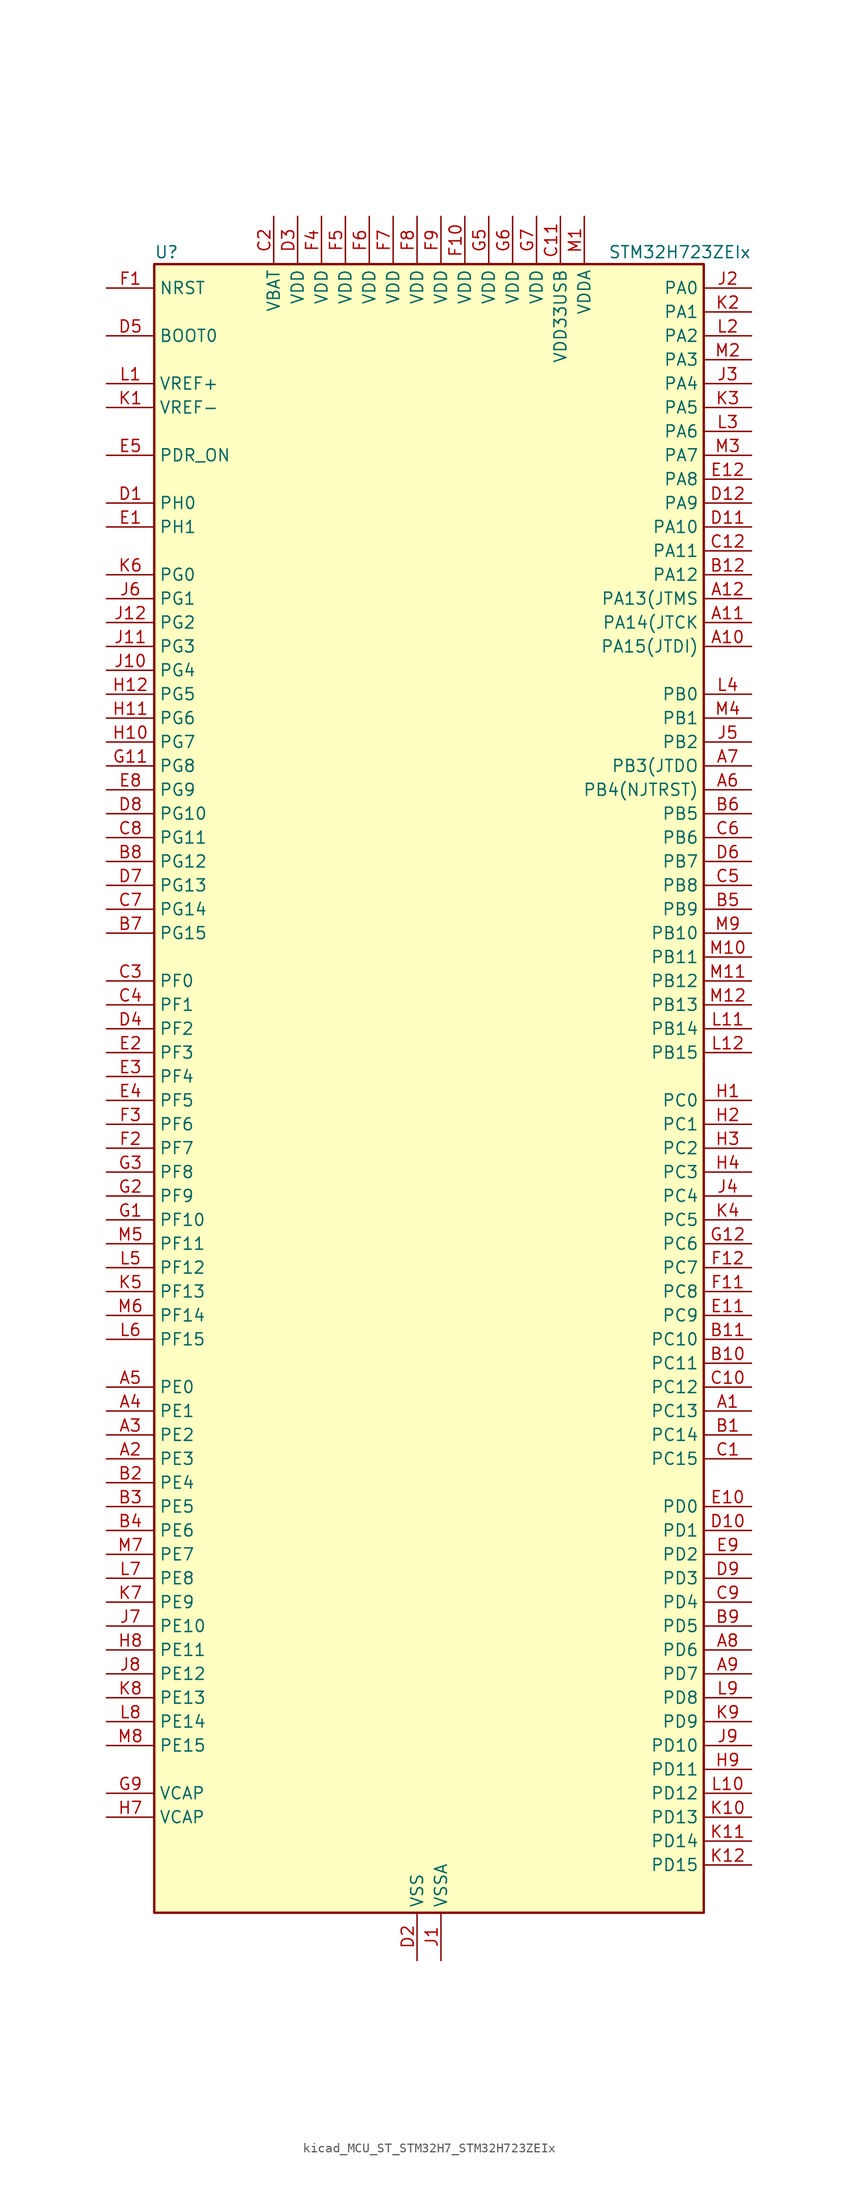
<source format=kicad_sym>
(kicad_symbol_lib
  (version 20220914)
  (generator kicad_symbol_editor)
  (symbol "kicad_MCU_ST_STM32H7_STM32H723ZEIx"
    (property "Reference" "U"
      (at -27.94 90.17 0)
      (effects (font (size 1.27 1.27)) (justify left)))
    (property "Value" "STM32H723ZEIx"
      (at 20.32 90.17 0)
      (effects (font (size 1.27 1.27)) (justify left)))
    (property "ki_locked" ""
      (at 0 0 0)
      (effects (font (size 1.27 1.27))))
    (symbol "kicad_MCU_ST_STM32H7_STM32H723ZEIx_0_1"
      (rectangle (start -27.94 -86.36) (end 30.48 88.9) (stroke (width 0.254) (type default)) (fill (type background))))
    (symbol "kicad_MCU_ST_STM32H7_STM32H723ZEIx_1_1"
      (pin bidirectional line (at 35.56 -33.02 180) (length 5.08) (name "PC13" (effects (font (size 1.27 1.27)))) (number "A1" (effects (font (size 1.27 1.27)))) (alternate "PWR_WKUP4" bidirectional line) (alternate "RTC_OUT_ALARM" bidirectional line) (alternate "RTC_OUT_CALIB" bidirectional line) (alternate "RTC_TAMP1" bidirectional line) (alternate "RTC_TS" bidirectional line))
      (pin bidirectional line (at 35.56 48.26 180) (length 5.08) (name "PA15(JTDI)" (effects (font (size 1.27 1.27)))) (number "A10" (effects (font (size 1.27 1.27)))) (alternate "ADC1_EXTI15" bidirectional line) (alternate "ADC2_EXTI15" bidirectional line) (alternate "ADC3_EXTI15" bidirectional line) (alternate "CEC" bidirectional line) (alternate "DEBUG_JTDI" bidirectional line) (alternate "I2S1_WS" bidirectional line) (alternate "I2S3_WS" bidirectional line) (alternate "I2S6_WS" bidirectional line) (alternate "LTDC_B6" bidirectional line) (alternate "LTDC_R3" bidirectional line) (alternate "SPI1_NSS" bidirectional line) (alternate "SPI3_NSS" bidirectional line) (alternate "SPI6_NSS" bidirectional line) (alternate "TIM2_CH1" bidirectional line) (alternate "TIM2_ETR" bidirectional line) (alternate "UART4_DE" bidirectional line) (alternate "UART4_RTS" bidirectional line) (alternate "UART7_TX" bidirectional line))
      (pin bidirectional line (at 35.56 50.8 180) (length 5.08) (name "PA14(JTCK" (effects (font (size 1.27 1.27)))) (number "A11" (effects (font (size 1.27 1.27)))) (alternate "DEBUG_JTCK-SWCLK" bidirectional line))
      (pin bidirectional line (at 35.56 53.34 180) (length 5.08) (name "PA13(JTMS" (effects (font (size 1.27 1.27)))) (number "A12" (effects (font (size 1.27 1.27)))) (alternate "DEBUG_JTMS-SWDIO" bidirectional line))
      (pin bidirectional line (at -33.02 -38.1 0) (length 5.08) (name "PE3" (effects (font (size 1.27 1.27)))) (number "A2" (effects (font (size 1.27 1.27)))) (alternate "DEBUG_TRACED0" bidirectional line) (alternate "FMC_A19" bidirectional line) (alternate "SAI1_SD_B" bidirectional line) (alternate "SAI4_SD_B" bidirectional line) (alternate "TIM15_BKIN" bidirectional line) (alternate "USART10_TX" bidirectional line))
      (pin bidirectional line (at -33.02 -35.56 0) (length 5.08) (name "PE2" (effects (font (size 1.27 1.27)))) (number "A3" (effects (font (size 1.27 1.27)))) (alternate "DEBUG_TRACECLK" bidirectional line) (alternate "ETH_TXD3" bidirectional line) (alternate "FMC_A23" bidirectional line) (alternate "OCTOSPIM_P1_IO2" bidirectional line) (alternate "SAI1_CK1" bidirectional line) (alternate "SAI1_MCLK_A" bidirectional line) (alternate "SAI4_CK1" bidirectional line) (alternate "SAI4_MCLK_A" bidirectional line) (alternate "SPI4_SCK" bidirectional line) (alternate "USART10_RX" bidirectional line))
      (pin bidirectional line (at -33.02 -33.02 0) (length 5.08) (name "PE1" (effects (font (size 1.27 1.27)))) (number "A4" (effects (font (size 1.27 1.27)))) (alternate "DCMI_D3" bidirectional line) (alternate "FMC_NBL1" bidirectional line) (alternate "LPTIM1_IN2" bidirectional line) (alternate "LTDC_R6" bidirectional line) (alternate "PSSI_D3" bidirectional line) (alternate "UART8_TX" bidirectional line))
      (pin bidirectional line (at -33.02 -30.48 0) (length 5.08) (name "PE0" (effects (font (size 1.27 1.27)))) (number "A5" (effects (font (size 1.27 1.27)))) (alternate "DCMI_D2" bidirectional line) (alternate "FMC_NBL0" bidirectional line) (alternate "LPTIM1_ETR" bidirectional line) (alternate "LPTIM2_ETR" bidirectional line) (alternate "LTDC_R0" bidirectional line) (alternate "PSSI_D2" bidirectional line) (alternate "SAI4_MCLK_A" bidirectional line) (alternate "TIM4_ETR" bidirectional line) (alternate "UART8_RX" bidirectional line))
      (pin bidirectional line (at 35.56 33.02 180) (length 5.08) (name "PB4(NJTRST)" (effects (font (size 1.27 1.27)))) (number "A6" (effects (font (size 1.27 1.27)))) (alternate "DEBUG_JTRST" bidirectional line) (alternate "I2S1_SDI" bidirectional line) (alternate "I2S2_WS" bidirectional line) (alternate "I2S3_SDI" bidirectional line) (alternate "I2S6_SDI" bidirectional line) (alternate "SDMMC2_D3" bidirectional line) (alternate "SPI1_MISO" bidirectional line) (alternate "SPI2_NSS" bidirectional line) (alternate "SPI3_MISO" bidirectional line) (alternate "SPI6_MISO" bidirectional line) (alternate "TIM16_BKIN" bidirectional line) (alternate "TIM3_CH1" bidirectional line) (alternate "UART7_TX" bidirectional line))
      (pin bidirectional line (at 35.56 35.56 180) (length 5.08) (name "PB3(JTDO" (effects (font (size 1.27 1.27)))) (number "A7" (effects (font (size 1.27 1.27)))) (alternate "CRS_SYNC" bidirectional line) (alternate "DEBUG_JTDO-SWO" bidirectional line) (alternate "I2S1_CK" bidirectional line) (alternate "I2S3_CK" bidirectional line) (alternate "I2S6_CK" bidirectional line) (alternate "SDMMC2_D2" bidirectional line) (alternate "SPI1_SCK" bidirectional line) (alternate "SPI3_SCK" bidirectional line) (alternate "SPI6_SCK" bidirectional line) (alternate "TIM24_ETR" bidirectional line) (alternate "TIM2_CH2" bidirectional line) (alternate "UART7_RX" bidirectional line))
      (pin bidirectional line (at 35.56 -58.42 180) (length 5.08) (name "PD6" (effects (font (size 1.27 1.27)))) (number "A8" (effects (font (size 1.27 1.27)))) (alternate "DCMI_D10" bidirectional line) (alternate "DFSDM1_CKIN4" bidirectional line) (alternate "DFSDM1_DATIN1" bidirectional line) (alternate "FMC_NWAIT" bidirectional line) (alternate "I2S3_SDO" bidirectional line) (alternate "LTDC_B2" bidirectional line) (alternate "OCTOSPIM_P1_IO6" bidirectional line) (alternate "PSSI_D10" bidirectional line) (alternate "SAI1_D1" bidirectional line) (alternate "SAI1_SD_A" bidirectional line) (alternate "SAI4_D1" bidirectional line) (alternate "SAI4_SD_A" bidirectional line) (alternate "SDMMC2_CK" bidirectional line) (alternate "SPI3_MOSI" bidirectional line) (alternate "USART2_RX" bidirectional line))
      (pin bidirectional line (at 35.56 -60.96 180) (length 5.08) (name "PD7" (effects (font (size 1.27 1.27)))) (number "A9" (effects (font (size 1.27 1.27)))) (alternate "DFSDM1_CKIN1" bidirectional line) (alternate "DFSDM1_DATIN4" bidirectional line) (alternate "FMC_NE1" bidirectional line) (alternate "I2S1_SDO" bidirectional line) (alternate "OCTOSPIM_P1_IO7" bidirectional line) (alternate "SDMMC2_CMD" bidirectional line) (alternate "SPDIFRX1_IN0" bidirectional line) (alternate "SPI1_MOSI" bidirectional line) (alternate "USART2_CK" bidirectional line))
      (pin bidirectional line (at 35.56 -35.56 180) (length 5.08) (name "PC14" (effects (font (size 1.27 1.27)))) (number "B1" (effects (font (size 1.27 1.27)))) (alternate "RCC_OSC32_IN" bidirectional line))
      (pin bidirectional line (at 35.56 -27.94 180) (length 5.08) (name "PC11" (effects (font (size 1.27 1.27)))) (number "B10" (effects (font (size 1.27 1.27)))) (alternate "ADC1_EXTI11" bidirectional line) (alternate "ADC2_EXTI11" bidirectional line) (alternate "ADC3_EXTI11" bidirectional line) (alternate "DCMI_D4" bidirectional line) (alternate "DFSDM1_DATIN5" bidirectional line) (alternate "I2C5_SCL" bidirectional line) (alternate "I2S3_SDI" bidirectional line) (alternate "LTDC_B4" bidirectional line) (alternate "OCTOSPIM_P1_NCS" bidirectional line) (alternate "PSSI_D4" bidirectional line) (alternate "SDMMC1_D3" bidirectional line) (alternate "SPI3_MISO" bidirectional line) (alternate "UART4_RX" bidirectional line) (alternate "USART3_RX" bidirectional line))
      (pin bidirectional line (at 35.56 -25.4 180) (length 5.08) (name "PC10" (effects (font (size 1.27 1.27)))) (number "B11" (effects (font (size 1.27 1.27)))) (alternate "DCMI_D8" bidirectional line) (alternate "DFSDM1_CKIN5" bidirectional line) (alternate "I2C5_SDA" bidirectional line) (alternate "I2S3_CK" bidirectional line) (alternate "LTDC_B1" bidirectional line) (alternate "LTDC_R2" bidirectional line) (alternate "OCTOSPIM_P1_IO1" bidirectional line) (alternate "PSSI_D8" bidirectional line) (alternate "SDMMC1_D2" bidirectional line) (alternate "SPI3_SCK" bidirectional line) (alternate "SWPMI1_RX" bidirectional line) (alternate "UART4_TX" bidirectional line) (alternate "USART3_TX" bidirectional line))
      (pin bidirectional line (at 35.56 55.88 180) (length 5.08) (name "PA12" (effects (font (size 1.27 1.27)))) (number "B12" (effects (font (size 1.27 1.27)))) (alternate "FDCAN1_TX" bidirectional line) (alternate "I2S2_CK" bidirectional line) (alternate "LPUART1_DE" bidirectional line) (alternate "LPUART1_RTS" bidirectional line) (alternate "LTDC_R5" bidirectional line) (alternate "SAI4_FS_B" bidirectional line) (alternate "SPI2_SCK" bidirectional line) (alternate "TIM1_BKIN2" bidirectional line) (alternate "TIM1_ETR" bidirectional line) (alternate "UART4_TX" bidirectional line) (alternate "USART1_DE" bidirectional line) (alternate "USART1_RTS" bidirectional line) (alternate "USB_OTG_HS_DP" bidirectional line))
      (pin bidirectional line (at -33.02 -40.64 0) (length 5.08) (name "PE4" (effects (font (size 1.27 1.27)))) (number "B2" (effects (font (size 1.27 1.27)))) (alternate "DCMI_D4" bidirectional line) (alternate "DEBUG_TRACED1" bidirectional line) (alternate "DFSDM1_DATIN3" bidirectional line) (alternate "FMC_A20" bidirectional line) (alternate "LTDC_B0" bidirectional line) (alternate "PSSI_D4" bidirectional line) (alternate "SAI1_D2" bidirectional line) (alternate "SAI1_FS_A" bidirectional line) (alternate "SAI4_D2" bidirectional line) (alternate "SAI4_FS_A" bidirectional line) (alternate "SPI4_NSS" bidirectional line) (alternate "TIM15_CH1N" bidirectional line))
      (pin bidirectional line (at -33.02 -43.18 0) (length 5.08) (name "PE5" (effects (font (size 1.27 1.27)))) (number "B3" (effects (font (size 1.27 1.27)))) (alternate "DCMI_D6" bidirectional line) (alternate "DEBUG_TRACED2" bidirectional line) (alternate "DFSDM1_CKIN3" bidirectional line) (alternate "FMC_A21" bidirectional line) (alternate "LTDC_G0" bidirectional line) (alternate "PSSI_D6" bidirectional line) (alternate "SAI1_CK2" bidirectional line) (alternate "SAI1_SCK_A" bidirectional line) (alternate "SAI4_CK2" bidirectional line) (alternate "SAI4_SCK_A" bidirectional line) (alternate "SPI4_MISO" bidirectional line) (alternate "TIM15_CH1" bidirectional line))
      (pin bidirectional line (at -33.02 -45.72 0) (length 5.08) (name "PE6" (effects (font (size 1.27 1.27)))) (number "B4" (effects (font (size 1.27 1.27)))) (alternate "DCMI_D7" bidirectional line) (alternate "DEBUG_TRACED3" bidirectional line) (alternate "FMC_A22" bidirectional line) (alternate "LTDC_G1" bidirectional line) (alternate "PSSI_D7" bidirectional line) (alternate "SAI1_D1" bidirectional line) (alternate "SAI1_SD_A" bidirectional line) (alternate "SAI4_D1" bidirectional line) (alternate "SAI4_MCLK_B" bidirectional line) (alternate "SAI4_SD_A" bidirectional line) (alternate "SPI4_MOSI" bidirectional line) (alternate "TIM15_CH2" bidirectional line) (alternate "TIM1_BKIN2" bidirectional line) (alternate "TIM1_BKIN2_COMP1" bidirectional line) (alternate "TIM1_BKIN2_COMP2" bidirectional line))
      (pin bidirectional line (at 35.56 20.32 180) (length 5.08) (name "PB9" (effects (font (size 1.27 1.27)))) (number "B5" (effects (font (size 1.27 1.27)))) (alternate "DAC1_EXTI9" bidirectional line) (alternate "DCMI_D7" bidirectional line) (alternate "DFSDM1_DATIN7" bidirectional line) (alternate "FDCAN1_TX" bidirectional line) (alternate "I2C1_SDA" bidirectional line) (alternate "I2C4_SDA" bidirectional line) (alternate "I2C4_SMBA" bidirectional line) (alternate "I2S2_WS" bidirectional line) (alternate "LTDC_B7" bidirectional line) (alternate "PSSI_D7" bidirectional line) (alternate "SDMMC1_CDIR" bidirectional line) (alternate "SDMMC1_D5" bidirectional line) (alternate "SDMMC2_D5" bidirectional line) (alternate "SPI2_NSS" bidirectional line) (alternate "TIM17_CH1" bidirectional line) (alternate "TIM4_CH4" bidirectional line) (alternate "UART4_TX" bidirectional line))
      (pin bidirectional line (at 35.56 30.48 180) (length 5.08) (name "PB5" (effects (font (size 1.27 1.27)))) (number "B6" (effects (font (size 1.27 1.27)))) (alternate "DCMI_D10" bidirectional line) (alternate "ETH_PPS_OUT" bidirectional line) (alternate "FDCAN2_RX" bidirectional line) (alternate "FMC_SDCKE1" bidirectional line) (alternate "I2C1_SMBA" bidirectional line) (alternate "I2C4_SMBA" bidirectional line) (alternate "I2S1_SDO" bidirectional line) (alternate "I2S3_SDO" bidirectional line) (alternate "I2S6_SDO" bidirectional line) (alternate "LTDC_B5" bidirectional line) (alternate "PSSI_D10" bidirectional line) (alternate "SPI1_MOSI" bidirectional line) (alternate "SPI3_MOSI" bidirectional line) (alternate "SPI6_MOSI" bidirectional line) (alternate "TIM17_BKIN" bidirectional line) (alternate "TIM3_CH2" bidirectional line) (alternate "UART5_RX" bidirectional line) (alternate "USB_OTG_HS_ULPI_D7" bidirectional line))
      (pin bidirectional line (at -33.02 17.78 0) (length 5.08) (name "PG15" (effects (font (size 1.27 1.27)))) (number "B7" (effects (font (size 1.27 1.27)))) (alternate "ADC1_EXTI15" bidirectional line) (alternate "ADC2_EXTI15" bidirectional line) (alternate "ADC3_EXTI15" bidirectional line) (alternate "DCMI_D13" bidirectional line) (alternate "FMC_SDNCAS" bidirectional line) (alternate "OCTOSPIM_P2_DQS" bidirectional line) (alternate "PSSI_D13" bidirectional line) (alternate "USART10_CK" bidirectional line) (alternate "USART6_CTS" bidirectional line) (alternate "USART6_NSS" bidirectional line))
      (pin bidirectional line (at -33.02 25.4 0) (length 5.08) (name "PG12" (effects (font (size 1.27 1.27)))) (number "B8" (effects (font (size 1.27 1.27)))) (alternate "ETH_TXD1" bidirectional line) (alternate "FMC_NE4" bidirectional line) (alternate "I2S6_SDI" bidirectional line) (alternate "LPTIM1_IN1" bidirectional line) (alternate "LTDC_B1" bidirectional line) (alternate "LTDC_B4" bidirectional line) (alternate "OCTOSPIM_P2_NCS" bidirectional line) (alternate "SDMMC2_D3" bidirectional line) (alternate "SPDIFRX1_IN1" bidirectional line) (alternate "SPI6_MISO" bidirectional line) (alternate "TIM23_CH1" bidirectional line) (alternate "USART10_TX" bidirectional line) (alternate "USART6_DE" bidirectional line) (alternate "USART6_RTS" bidirectional line))
      (pin bidirectional line (at 35.56 -55.88 180) (length 5.08) (name "PD5" (effects (font (size 1.27 1.27)))) (number "B9" (effects (font (size 1.27 1.27)))) (alternate "FMC_NWE" bidirectional line) (alternate "OCTOSPIM_P1_IO5" bidirectional line) (alternate "USART2_TX" bidirectional line))
      (pin bidirectional line (at 35.56 -38.1 180) (length 5.08) (name "PC15" (effects (font (size 1.27 1.27)))) (number "C1" (effects (font (size 1.27 1.27)))) (alternate "ADC1_EXTI15" bidirectional line) (alternate "ADC2_EXTI15" bidirectional line) (alternate "ADC3_EXTI15" bidirectional line) (alternate "RCC_OSC32_OUT" bidirectional line))
      (pin bidirectional line (at 35.56 -30.48 180) (length 5.08) (name "PC12" (effects (font (size 1.27 1.27)))) (number "C10" (effects (font (size 1.27 1.27)))) (alternate "DCMI_D9" bidirectional line) (alternate "DEBUG_TRACED3" bidirectional line) (alternate "FMC_D6" bidirectional line) (alternate "FMC_DA6" bidirectional line) (alternate "I2C5_SMBA" bidirectional line) (alternate "I2S3_SDO" bidirectional line) (alternate "I2S6_CK" bidirectional line) (alternate "LTDC_R6" bidirectional line) (alternate "PSSI_D9" bidirectional line) (alternate "SDMMC1_CK" bidirectional line) (alternate "SPI3_MOSI" bidirectional line) (alternate "SPI6_SCK" bidirectional line) (alternate "TIM15_CH1" bidirectional line) (alternate "UART5_TX" bidirectional line) (alternate "USART3_CK" bidirectional line))
      (pin power_in line (at 15.24 93.98 270) (length 5.08) (name "VDD33USB" (effects (font (size 1.27 1.27)))) (number "C11" (effects (font (size 1.27 1.27)))))
      (pin bidirectional line (at 35.56 58.42 180) (length 5.08) (name "PA11" (effects (font (size 1.27 1.27)))) (number "C12" (effects (font (size 1.27 1.27)))) (alternate "ADC1_EXTI11" bidirectional line) (alternate "ADC2_EXTI11" bidirectional line) (alternate "ADC3_EXTI11" bidirectional line) (alternate "FDCAN1_RX" bidirectional line) (alternate "I2S2_WS" bidirectional line) (alternate "LPUART1_CTS" bidirectional line) (alternate "LTDC_R4" bidirectional line) (alternate "SPI2_NSS" bidirectional line) (alternate "TIM1_CH4" bidirectional line) (alternate "UART4_RX" bidirectional line) (alternate "USART1_CTS" bidirectional line) (alternate "USART1_NSS" bidirectional line) (alternate "USB_OTG_HS_DM" bidirectional line))
      (pin power_in line (at -15.24 93.98 270) (length 5.08) (name "VBAT" (effects (font (size 1.27 1.27)))) (number "C2" (effects (font (size 1.27 1.27)))))
      (pin bidirectional line (at -33.02 12.7 0) (length 5.08) (name "PF0" (effects (font (size 1.27 1.27)))) (number "C3" (effects (font (size 1.27 1.27)))) (alternate "FMC_A0" bidirectional line) (alternate "I2C2_SDA" bidirectional line) (alternate "I2C5_SDA" bidirectional line) (alternate "OCTOSPIM_P2_IO0" bidirectional line) (alternate "TIM23_CH1" bidirectional line))
      (pin bidirectional line (at -33.02 10.16 0) (length 5.08) (name "PF1" (effects (font (size 1.27 1.27)))) (number "C4" (effects (font (size 1.27 1.27)))) (alternate "FMC_A1" bidirectional line) (alternate "I2C2_SCL" bidirectional line) (alternate "I2C5_SCL" bidirectional line) (alternate "OCTOSPIM_P2_IO1" bidirectional line) (alternate "TIM23_CH2" bidirectional line))
      (pin bidirectional line (at 35.56 22.86 180) (length 5.08) (name "PB8" (effects (font (size 1.27 1.27)))) (number "C5" (effects (font (size 1.27 1.27)))) (alternate "DCMI_D6" bidirectional line) (alternate "DFSDM1_CKIN7" bidirectional line) (alternate "ETH_TXD3" bidirectional line) (alternate "FDCAN1_RX" bidirectional line) (alternate "I2C1_SCL" bidirectional line) (alternate "I2C4_SCL" bidirectional line) (alternate "LTDC_B6" bidirectional line) (alternate "PSSI_D6" bidirectional line) (alternate "SDMMC1_CKIN" bidirectional line) (alternate "SDMMC1_D4" bidirectional line) (alternate "SDMMC2_D4" bidirectional line) (alternate "TIM16_CH1" bidirectional line) (alternate "TIM4_CH3" bidirectional line) (alternate "UART4_RX" bidirectional line))
      (pin bidirectional line (at 35.56 27.94 180) (length 5.08) (name "PB6" (effects (font (size 1.27 1.27)))) (number "C6" (effects (font (size 1.27 1.27)))) (alternate "CEC" bidirectional line) (alternate "DCMI_D5" bidirectional line) (alternate "DFSDM1_DATIN5" bidirectional line) (alternate "FDCAN2_TX" bidirectional line) (alternate "FMC_SDNE1" bidirectional line) (alternate "I2C1_SCL" bidirectional line) (alternate "I2C4_SCL" bidirectional line) (alternate "LPUART1_TX" bidirectional line) (alternate "OCTOSPIM_P1_NCS" bidirectional line) (alternate "PSSI_D5" bidirectional line) (alternate "TIM16_CH1N" bidirectional line) (alternate "TIM4_CH1" bidirectional line) (alternate "UART5_TX" bidirectional line) (alternate "USART1_TX" bidirectional line))
      (pin bidirectional line (at -33.02 20.32 0) (length 5.08) (name "PG14" (effects (font (size 1.27 1.27)))) (number "C7" (effects (font (size 1.27 1.27)))) (alternate "DEBUG_TRACED1" bidirectional line) (alternate "ETH_TXD1" bidirectional line) (alternate "FMC_A25" bidirectional line) (alternate "I2S6_SDO" bidirectional line) (alternate "LPTIM1_ETR" bidirectional line) (alternate "LTDC_B0" bidirectional line) (alternate "OCTOSPIM_P1_IO7" bidirectional line) (alternate "SDMMC2_D7" bidirectional line) (alternate "SPI6_MOSI" bidirectional line) (alternate "TIM23_CH3" bidirectional line) (alternate "USART10_DE" bidirectional line) (alternate "USART10_RTS" bidirectional line) (alternate "USART6_TX" bidirectional line))
      (pin bidirectional line (at -33.02 27.94 0) (length 5.08) (name "PG11" (effects (font (size 1.27 1.27)))) (number "C8" (effects (font (size 1.27 1.27)))) (alternate "ADC1_EXTI11" bidirectional line) (alternate "ADC2_EXTI11" bidirectional line) (alternate "ADC3_EXTI11" bidirectional line) (alternate "DCMI_D3" bidirectional line) (alternate "ETH_TX_EN" bidirectional line) (alternate "I2S1_CK" bidirectional line) (alternate "LPTIM1_IN2" bidirectional line) (alternate "LTDC_B3" bidirectional line) (alternate "OCTOSPIM_P2_IO7" bidirectional line) (alternate "PSSI_D3" bidirectional line) (alternate "SDMMC2_D2" bidirectional line) (alternate "SPDIFRX1_IN0" bidirectional line) (alternate "SPI1_SCK" bidirectional line) (alternate "USART10_RX" bidirectional line))
      (pin bidirectional line (at 35.56 -53.34 180) (length 5.08) (name "PD4" (effects (font (size 1.27 1.27)))) (number "C9" (effects (font (size 1.27 1.27)))) (alternate "FMC_NOE" bidirectional line) (alternate "OCTOSPIM_P1_IO4" bidirectional line) (alternate "USART2_DE" bidirectional line) (alternate "USART2_RTS" bidirectional line))
      (pin bidirectional line (at -33.02 63.5 0) (length 5.08) (name "PH0" (effects (font (size 1.27 1.27)))) (number "D1" (effects (font (size 1.27 1.27)))) (alternate "RCC_OSC_IN" bidirectional line))
      (pin bidirectional line (at 35.56 -45.72 180) (length 5.08) (name "PD1" (effects (font (size 1.27 1.27)))) (number "D10" (effects (font (size 1.27 1.27)))) (alternate "DFSDM1_DATIN6" bidirectional line) (alternate "FDCAN1_TX" bidirectional line) (alternate "FMC_D3" bidirectional line) (alternate "FMC_DA3" bidirectional line) (alternate "UART4_TX" bidirectional line))
      (pin bidirectional line (at 35.56 60.96 180) (length 5.08) (name "PA10" (effects (font (size 1.27 1.27)))) (number "D11" (effects (font (size 1.27 1.27)))) (alternate "DCMI_D1" bidirectional line) (alternate "LPUART1_RX" bidirectional line) (alternate "LTDC_B1" bidirectional line) (alternate "LTDC_B4" bidirectional line) (alternate "MDIOS_MDIO" bidirectional line) (alternate "PSSI_D1" bidirectional line) (alternate "TIM1_CH3" bidirectional line) (alternate "USART1_RX" bidirectional line) (alternate "USB_OTG_HS_ID" bidirectional line))
      (pin bidirectional line (at 35.56 63.5 180) (length 5.08) (name "PA9" (effects (font (size 1.27 1.27)))) (number "D12" (effects (font (size 1.27 1.27)))) (alternate "DAC1_EXTI9" bidirectional line) (alternate "DCMI_D0" bidirectional line) (alternate "ETH_TX_ER" bidirectional line) (alternate "I2C3_SMBA" bidirectional line) (alternate "I2C5_SMBA" bidirectional line) (alternate "I2S2_CK" bidirectional line) (alternate "LPUART1_TX" bidirectional line) (alternate "LTDC_R5" bidirectional line) (alternate "PSSI_D0" bidirectional line) (alternate "SPI2_SCK" bidirectional line) (alternate "TIM1_CH2" bidirectional line) (alternate "USART1_TX" bidirectional line) (alternate "USB_OTG_HS_VBUS" bidirectional line))
      (pin power_in line (at 0 -91.44 90) (length 5.08) (name "VSS" (effects (font (size 1.27 1.27)))) (number "D2" (effects (font (size 1.27 1.27)))))
      (pin power_in line (at -12.7 93.98 270) (length 5.08) (name "VDD" (effects (font (size 1.27 1.27)))) (number "D3" (effects (font (size 1.27 1.27)))))
      (pin bidirectional line (at -33.02 7.62 0) (length 5.08) (name "PF2" (effects (font (size 1.27 1.27)))) (number "D4" (effects (font (size 1.27 1.27)))) (alternate "FMC_A2" bidirectional line) (alternate "I2C2_SMBA" bidirectional line) (alternate "I2C5_SMBA" bidirectional line) (alternate "OCTOSPIM_P2_IO2" bidirectional line) (alternate "TIM23_CH3" bidirectional line))
      (pin input line (at -33.02 81.28 0) (length 5.08) (name "BOOT0" (effects (font (size 1.27 1.27)))) (number "D5" (effects (font (size 1.27 1.27)))))
      (pin bidirectional line (at 35.56 25.4 180) (length 5.08) (name "PB7" (effects (font (size 1.27 1.27)))) (number "D6" (effects (font (size 1.27 1.27)))) (alternate "DCMI_VSYNC" bidirectional line) (alternate "DFSDM1_CKIN5" bidirectional line) (alternate "FMC_NL" bidirectional line) (alternate "I2C1_SDA" bidirectional line) (alternate "I2C4_SDA" bidirectional line) (alternate "LPUART1_RX" bidirectional line) (alternate "PSSI_RDY" bidirectional line) (alternate "PWR_PVD_IN" bidirectional line) (alternate "TIM17_CH1N" bidirectional line) (alternate "TIM4_CH2" bidirectional line) (alternate "USART1_RX" bidirectional line))
      (pin bidirectional line (at -33.02 22.86 0) (length 5.08) (name "PG13" (effects (font (size 1.27 1.27)))) (number "D7" (effects (font (size 1.27 1.27)))) (alternate "DEBUG_TRACED0" bidirectional line) (alternate "ETH_TXD0" bidirectional line) (alternate "FMC_A24" bidirectional line) (alternate "I2S6_CK" bidirectional line) (alternate "LPTIM1_OUT" bidirectional line) (alternate "LTDC_R0" bidirectional line) (alternate "SDMMC2_D6" bidirectional line) (alternate "SPI6_SCK" bidirectional line) (alternate "TIM23_CH2" bidirectional line) (alternate "USART10_CTS" bidirectional line) (alternate "USART10_NSS" bidirectional line) (alternate "USART6_CTS" bidirectional line) (alternate "USART6_NSS" bidirectional line))
      (pin bidirectional line (at -33.02 30.48 0) (length 5.08) (name "PG10" (effects (font (size 1.27 1.27)))) (number "D8" (effects (font (size 1.27 1.27)))) (alternate "DCMI_D2" bidirectional line) (alternate "FDCAN3_RX" bidirectional line) (alternate "FMC_NE3" bidirectional line) (alternate "I2S1_WS" bidirectional line) (alternate "LTDC_B2" bidirectional line) (alternate "LTDC_G3" bidirectional line) (alternate "OCTOSPIM_P2_IO6" bidirectional line) (alternate "PSSI_D2" bidirectional line) (alternate "SAI4_SD_B" bidirectional line) (alternate "SDMMC2_D1" bidirectional line) (alternate "SPI1_NSS" bidirectional line))
      (pin bidirectional line (at 35.56 -50.8 180) (length 5.08) (name "PD3" (effects (font (size 1.27 1.27)))) (number "D9" (effects (font (size 1.27 1.27)))) (alternate "DCMI_D5" bidirectional line) (alternate "DFSDM1_CKOUT" bidirectional line) (alternate "FMC_CLK" bidirectional line) (alternate "I2S2_CK" bidirectional line) (alternate "LTDC_G7" bidirectional line) (alternate "PSSI_D5" bidirectional line) (alternate "SPI2_SCK" bidirectional line) (alternate "USART2_CTS" bidirectional line) (alternate "USART2_NSS" bidirectional line))
      (pin bidirectional line (at -33.02 60.96 0) (length 5.08) (name "PH1" (effects (font (size 1.27 1.27)))) (number "E1" (effects (font (size 1.27 1.27)))) (alternate "RCC_OSC_OUT" bidirectional line))
      (pin bidirectional line (at 35.56 -43.18 180) (length 5.08) (name "PD0" (effects (font (size 1.27 1.27)))) (number "E10" (effects (font (size 1.27 1.27)))) (alternate "DFSDM1_CKIN6" bidirectional line) (alternate "FDCAN1_RX" bidirectional line) (alternate "FMC_D2" bidirectional line) (alternate "FMC_DA2" bidirectional line) (alternate "LTDC_B1" bidirectional line) (alternate "UART4_RX" bidirectional line) (alternate "UART9_CTS" bidirectional line))
      (pin bidirectional line (at 35.56 -22.86 180) (length 5.08) (name "PC9" (effects (font (size 1.27 1.27)))) (number "E11" (effects (font (size 1.27 1.27)))) (alternate "DAC1_EXTI9" bidirectional line) (alternate "DCMI_D3" bidirectional line) (alternate "I2C3_SDA" bidirectional line) (alternate "I2C5_SDA" bidirectional line) (alternate "I2S_CKIN" bidirectional line) (alternate "LTDC_B2" bidirectional line) (alternate "LTDC_G3" bidirectional line) (alternate "OCTOSPIM_P1_IO0" bidirectional line) (alternate "PSSI_D3" bidirectional line) (alternate "RCC_MCO_2" bidirectional line) (alternate "SDMMC1_D1" bidirectional line) (alternate "SWPMI1_SUSPEND" bidirectional line) (alternate "TIM3_CH4" bidirectional line) (alternate "TIM8_CH4" bidirectional line) (alternate "UART5_CTS" bidirectional line))
      (pin bidirectional line (at 35.56 66.04 180) (length 5.08) (name "PA8" (effects (font (size 1.27 1.27)))) (number "E12" (effects (font (size 1.27 1.27)))) (alternate "I2C3_SCL" bidirectional line) (alternate "I2C5_SCL" bidirectional line) (alternate "LTDC_B3" bidirectional line) (alternate "LTDC_R6" bidirectional line) (alternate "RCC_MCO_1" bidirectional line) (alternate "TIM1_CH1" bidirectional line) (alternate "TIM8_BKIN2" bidirectional line) (alternate "TIM8_BKIN2_COMP1" bidirectional line) (alternate "TIM8_BKIN2_COMP2" bidirectional line) (alternate "UART7_RX" bidirectional line) (alternate "USART1_CK" bidirectional line) (alternate "USB_OTG_HS_SOF" bidirectional line))
      (pin bidirectional line (at -33.02 5.08 0) (length 5.08) (name "PF3" (effects (font (size 1.27 1.27)))) (number "E2" (effects (font (size 1.27 1.27)))) (alternate "ADC3_INP5" bidirectional line) (alternate "FMC_A3" bidirectional line) (alternate "OCTOSPIM_P2_IO3" bidirectional line) (alternate "TIM23_CH4" bidirectional line))
      (pin bidirectional line (at -33.02 2.54 0) (length 5.08) (name "PF4" (effects (font (size 1.27 1.27)))) (number "E3" (effects (font (size 1.27 1.27)))) (alternate "ADC3_INN5" bidirectional line) (alternate "ADC3_INP9" bidirectional line) (alternate "FMC_A4" bidirectional line) (alternate "OCTOSPIM_P2_CLK" bidirectional line))
      (pin bidirectional line (at -33.02 0 0) (length 5.08) (name "PF5" (effects (font (size 1.27 1.27)))) (number "E4" (effects (font (size 1.27 1.27)))) (alternate "ADC3_INP4" bidirectional line) (alternate "FMC_A5" bidirectional line) (alternate "OCTOSPIM_P2_NCLK" bidirectional line))
      (pin input line (at -33.02 68.58 0) (length 5.08) (name "PDR_ON" (effects (font (size 1.27 1.27)))) (number "E5" (effects (font (size 1.27 1.27)))))
      (pin passive line (at 0 -91.44 90) (length 5.08) hide (name "VSS" (effects (font (size 1.27 1.27)))) (number "E6" (effects (font (size 1.27 1.27)))))
      (pin passive line (at 0 -91.44 90) (length 5.08) hide (name "VSS" (effects (font (size 1.27 1.27)))) (number "E7" (effects (font (size 1.27 1.27)))))
      (pin bidirectional line (at -33.02 33.02 0) (length 5.08) (name "PG9" (effects (font (size 1.27 1.27)))) (number "E8" (effects (font (size 1.27 1.27)))) (alternate "DAC1_EXTI9" bidirectional line) (alternate "DCMI_VSYNC" bidirectional line) (alternate "FDCAN3_TX" bidirectional line) (alternate "FMC_NCE" bidirectional line) (alternate "FMC_NE2" bidirectional line) (alternate "I2S1_SDI" bidirectional line) (alternate "OCTOSPIM_P1_IO6" bidirectional line) (alternate "PSSI_RDY" bidirectional line) (alternate "SAI4_FS_B" bidirectional line) (alternate "SDMMC2_D0" bidirectional line) (alternate "SPDIFRX1_IN3" bidirectional line) (alternate "SPI1_MISO" bidirectional line) (alternate "USART6_RX" bidirectional line))
      (pin bidirectional line (at 35.56 -48.26 180) (length 5.08) (name "PD2" (effects (font (size 1.27 1.27)))) (number "E9" (effects (font (size 1.27 1.27)))) (alternate "DCMI_D11" bidirectional line) (alternate "DEBUG_TRACED2" bidirectional line) (alternate "FMC_D7" bidirectional line) (alternate "FMC_DA7" bidirectional line) (alternate "LTDC_B2" bidirectional line) (alternate "LTDC_B7" bidirectional line) (alternate "PSSI_D11" bidirectional line) (alternate "SDMMC1_CMD" bidirectional line) (alternate "TIM15_BKIN" bidirectional line) (alternate "TIM3_ETR" bidirectional line) (alternate "UART5_RX" bidirectional line))
      (pin input line (at -33.02 86.36 0) (length 5.08) (name "NRST" (effects (font (size 1.27 1.27)))) (number "F1" (effects (font (size 1.27 1.27)))))
      (pin power_in line (at 5.08 93.98 270) (length 5.08) (name "VDD" (effects (font (size 1.27 1.27)))) (number "F10" (effects (font (size 1.27 1.27)))))
      (pin bidirectional line (at 35.56 -20.32 180) (length 5.08) (name "PC8" (effects (font (size 1.27 1.27)))) (number "F11" (effects (font (size 1.27 1.27)))) (alternate "DCMI_D2" bidirectional line) (alternate "DEBUG_TRACED1" bidirectional line) (alternate "FMC_INT" bidirectional line) (alternate "FMC_NCE" bidirectional line) (alternate "FMC_NE2" bidirectional line) (alternate "PSSI_D2" bidirectional line) (alternate "SDMMC1_D0" bidirectional line) (alternate "SWPMI1_RX" bidirectional line) (alternate "TIM3_CH3" bidirectional line) (alternate "TIM8_CH3" bidirectional line) (alternate "UART5_DE" bidirectional line) (alternate "UART5_RTS" bidirectional line) (alternate "USART6_CK" bidirectional line))
      (pin bidirectional line (at 35.56 -17.78 180) (length 5.08) (name "PC7" (effects (font (size 1.27 1.27)))) (number "F12" (effects (font (size 1.27 1.27)))) (alternate "DCMI_D1" bidirectional line) (alternate "DEBUG_TRGIO" bidirectional line) (alternate "DFSDM1_DATIN3" bidirectional line) (alternate "FMC_NE1" bidirectional line) (alternate "I2S3_MCK" bidirectional line) (alternate "LTDC_G6" bidirectional line) (alternate "PSSI_D1" bidirectional line) (alternate "SDMMC1_D123DIR" bidirectional line) (alternate "SDMMC1_D7" bidirectional line) (alternate "SDMMC2_D7" bidirectional line) (alternate "SWPMI1_TX" bidirectional line) (alternate "TIM3_CH2" bidirectional line) (alternate "TIM8_CH2" bidirectional line) (alternate "USART6_RX" bidirectional line))
      (pin bidirectional line (at -33.02 -5.08 0) (length 5.08) (name "PF7" (effects (font (size 1.27 1.27)))) (number "F2" (effects (font (size 1.27 1.27)))) (alternate "ADC3_INP3" bidirectional line) (alternate "FDCAN3_TX" bidirectional line) (alternate "OCTOSPIM_P1_IO2" bidirectional line) (alternate "SAI1_MCLK_B" bidirectional line) (alternate "SAI4_MCLK_B" bidirectional line) (alternate "SPI5_SCK" bidirectional line) (alternate "TIM17_CH1" bidirectional line) (alternate "TIM23_CH2" bidirectional line) (alternate "UART7_TX" bidirectional line))
      (pin bidirectional line (at -33.02 -2.54 0) (length 5.08) (name "PF6" (effects (font (size 1.27 1.27)))) (number "F3" (effects (font (size 1.27 1.27)))) (alternate "ADC3_INN4" bidirectional line) (alternate "ADC3_INP8" bidirectional line) (alternate "FDCAN3_RX" bidirectional line) (alternate "OCTOSPIM_P1_IO3" bidirectional line) (alternate "SAI1_SD_B" bidirectional line) (alternate "SAI4_SD_B" bidirectional line) (alternate "SPI5_NSS" bidirectional line) (alternate "TIM16_CH1" bidirectional line) (alternate "TIM23_CH1" bidirectional line) (alternate "UART7_RX" bidirectional line))
      (pin power_in line (at -10.16 93.98 270) (length 5.08) (name "VDD" (effects (font (size 1.27 1.27)))) (number "F4" (effects (font (size 1.27 1.27)))))
      (pin power_in line (at -7.62 93.98 270) (length 5.08) (name "VDD" (effects (font (size 1.27 1.27)))) (number "F5" (effects (font (size 1.27 1.27)))))
      (pin power_in line (at -5.08 93.98 270) (length 5.08) (name "VDD" (effects (font (size 1.27 1.27)))) (number "F6" (effects (font (size 1.27 1.27)))))
      (pin power_in line (at -2.54 93.98 270) (length 5.08) (name "VDD" (effects (font (size 1.27 1.27)))) (number "F7" (effects (font (size 1.27 1.27)))))
      (pin power_in line (at 0 93.98 270) (length 5.08) (name "VDD" (effects (font (size 1.27 1.27)))) (number "F8" (effects (font (size 1.27 1.27)))))
      (pin power_in line (at 2.54 93.98 270) (length 5.08) (name "VDD" (effects (font (size 1.27 1.27)))) (number "F9" (effects (font (size 1.27 1.27)))))
      (pin bidirectional line (at -33.02 -12.7 0) (length 5.08) (name "PF10" (effects (font (size 1.27 1.27)))) (number "G1" (effects (font (size 1.27 1.27)))) (alternate "ADC3_INN2" bidirectional line) (alternate "ADC3_INP6" bidirectional line) (alternate "DCMI_D11" bidirectional line) (alternate "LTDC_DE" bidirectional line) (alternate "OCTOSPIM_P1_CLK" bidirectional line) (alternate "PSSI_D11" bidirectional line) (alternate "PSSI_D15" bidirectional line) (alternate "SAI1_D3" bidirectional line) (alternate "SAI4_D3" bidirectional line) (alternate "TIM16_BKIN" bidirectional line))
      (pin passive line (at 0 -91.44 90) (length 5.08) hide (name "VSS" (effects (font (size 1.27 1.27)))) (number "G10" (effects (font (size 1.27 1.27)))))
      (pin bidirectional line (at -33.02 35.56 0) (length 5.08) (name "PG8" (effects (font (size 1.27 1.27)))) (number "G11" (effects (font (size 1.27 1.27)))) (alternate "ETH_PPS_OUT" bidirectional line) (alternate "FMC_SDCLK" bidirectional line) (alternate "I2S6_WS" bidirectional line) (alternate "LTDC_G7" bidirectional line) (alternate "SPDIFRX1_IN2" bidirectional line) (alternate "SPI6_NSS" bidirectional line) (alternate "TIM8_ETR" bidirectional line) (alternate "USART6_DE" bidirectional line) (alternate "USART6_RTS" bidirectional line))
      (pin bidirectional line (at 35.56 -15.24 180) (length 5.08) (name "PC6" (effects (font (size 1.27 1.27)))) (number "G12" (effects (font (size 1.27 1.27)))) (alternate "DCMI_D0" bidirectional line) (alternate "DFSDM1_CKIN3" bidirectional line) (alternate "FMC_NWAIT" bidirectional line) (alternate "I2S2_MCK" bidirectional line) (alternate "LTDC_HSYNC" bidirectional line) (alternate "PSSI_D0" bidirectional line) (alternate "SDMMC1_D0DIR" bidirectional line) (alternate "SDMMC1_D6" bidirectional line) (alternate "SDMMC2_D6" bidirectional line) (alternate "SWPMI1_IO" bidirectional line) (alternate "TIM3_CH1" bidirectional line) (alternate "TIM8_CH1" bidirectional line) (alternate "USART6_TX" bidirectional line))
      (pin bidirectional line (at -33.02 -10.16 0) (length 5.08) (name "PF9" (effects (font (size 1.27 1.27)))) (number "G2" (effects (font (size 1.27 1.27)))) (alternate "ADC3_INP2" bidirectional line) (alternate "DAC1_EXTI9" bidirectional line) (alternate "OCTOSPIM_P1_IO1" bidirectional line) (alternate "SAI1_FS_B" bidirectional line) (alternate "SAI4_FS_B" bidirectional line) (alternate "SPI5_MOSI" bidirectional line) (alternate "TIM14_CH1" bidirectional line) (alternate "TIM17_CH1N" bidirectional line) (alternate "TIM23_CH4" bidirectional line) (alternate "UART7_CTS" bidirectional line))
      (pin bidirectional line (at -33.02 -7.62 0) (length 5.08) (name "PF8" (effects (font (size 1.27 1.27)))) (number "G3" (effects (font (size 1.27 1.27)))) (alternate "ADC3_INN3" bidirectional line) (alternate "ADC3_INP7" bidirectional line) (alternate "OCTOSPIM_P1_IO0" bidirectional line) (alternate "SAI1_SCK_B" bidirectional line) (alternate "SAI4_SCK_B" bidirectional line) (alternate "SPI5_MISO" bidirectional line) (alternate "TIM13_CH1" bidirectional line) (alternate "TIM16_CH1N" bidirectional line) (alternate "TIM23_CH3" bidirectional line) (alternate "UART7_DE" bidirectional line) (alternate "UART7_RTS" bidirectional line))
      (pin passive line (at 0 -91.44 90) (length 5.08) hide (name "VSS" (effects (font (size 1.27 1.27)))) (number "G4" (effects (font (size 1.27 1.27)))))
      (pin power_in line (at 7.62 93.98 270) (length 5.08) (name "VDD" (effects (font (size 1.27 1.27)))) (number "G5" (effects (font (size 1.27 1.27)))))
      (pin power_in line (at 10.16 93.98 270) (length 5.08) (name "VDD" (effects (font (size 1.27 1.27)))) (number "G6" (effects (font (size 1.27 1.27)))))
      (pin power_in line (at 12.7 93.98 270) (length 5.08) (name "VDD" (effects (font (size 1.27 1.27)))) (number "G7" (effects (font (size 1.27 1.27)))))
      (pin passive line (at 0 -91.44 90) (length 5.08) hide (name "VSS" (effects (font (size 1.27 1.27)))) (number "G8" (effects (font (size 1.27 1.27)))))
      (pin power_out line (at -33.02 -73.66 0) (length 5.08) (name "VCAP" (effects (font (size 1.27 1.27)))) (number "G9" (effects (font (size 1.27 1.27)))))
      (pin bidirectional line (at 35.56 0 180) (length 5.08) (name "PC0" (effects (font (size 1.27 1.27)))) (number "H1" (effects (font (size 1.27 1.27)))) (alternate "ADC1_INP10" bidirectional line) (alternate "ADC2_INP10" bidirectional line) (alternate "ADC3_INP10" bidirectional line) (alternate "DFSDM1_CKIN0" bidirectional line) (alternate "DFSDM1_DATIN4" bidirectional line) (alternate "FMC_A25" bidirectional line) (alternate "FMC_D12" bidirectional line) (alternate "FMC_DA12" bidirectional line) (alternate "FMC_SDNWE" bidirectional line) (alternate "LTDC_G2" bidirectional line) (alternate "LTDC_R5" bidirectional line) (alternate "SAI4_FS_B" bidirectional line) (alternate "USB_OTG_HS_ULPI_STP" bidirectional line))
      (pin bidirectional line (at -33.02 38.1 0) (length 5.08) (name "PG7" (effects (font (size 1.27 1.27)))) (number "H10" (effects (font (size 1.27 1.27)))) (alternate "DCMI_D13" bidirectional line) (alternate "FMC_INT" bidirectional line) (alternate "LTDC_CLK" bidirectional line) (alternate "OCTOSPIM_P2_DQS" bidirectional line) (alternate "PSSI_D13" bidirectional line) (alternate "SAI1_MCLK_A" bidirectional line) (alternate "USART6_CK" bidirectional line))
      (pin bidirectional line (at -33.02 40.64 0) (length 5.08) (name "PG6" (effects (font (size 1.27 1.27)))) (number "H11" (effects (font (size 1.27 1.27)))) (alternate "DCMI_D12" bidirectional line) (alternate "FMC_NE3" bidirectional line) (alternate "LTDC_R7" bidirectional line) (alternate "OCTOSPIM_P1_NCS" bidirectional line) (alternate "PSSI_D12" bidirectional line) (alternate "TIM17_BKIN" bidirectional line))
      (pin bidirectional line (at -33.02 43.18 0) (length 5.08) (name "PG5" (effects (font (size 1.27 1.27)))) (number "H12" (effects (font (size 1.27 1.27)))) (alternate "FMC_A15" bidirectional line) (alternate "FMC_BA1" bidirectional line) (alternate "TIM1_ETR" bidirectional line))
      (pin bidirectional line (at 35.56 -2.54 180) (length 5.08) (name "PC1" (effects (font (size 1.27 1.27)))) (number "H2" (effects (font (size 1.27 1.27)))) (alternate "ADC1_INN10" bidirectional line) (alternate "ADC1_INP11" bidirectional line) (alternate "ADC2_INN10" bidirectional line) (alternate "ADC2_INP11" bidirectional line) (alternate "ADC3_INN10" bidirectional line) (alternate "ADC3_INP11" bidirectional line) (alternate "DEBUG_TRACED0" bidirectional line) (alternate "DFSDM1_CKIN4" bidirectional line) (alternate "DFSDM1_DATIN0" bidirectional line) (alternate "ETH_MDC" bidirectional line) (alternate "I2S2_SDO" bidirectional line) (alternate "LTDC_G5" bidirectional line) (alternate "MDIOS_MDC" bidirectional line) (alternate "OCTOSPIM_P1_IO4" bidirectional line) (alternate "PWR_WKUP6" bidirectional line) (alternate "RTC_TAMP3" bidirectional line) (alternate "SAI1_D1" bidirectional line) (alternate "SAI1_SD_A" bidirectional line) (alternate "SAI4_D1" bidirectional line) (alternate "SAI4_SD_A" bidirectional line) (alternate "SDMMC2_CK" bidirectional line) (alternate "SPI2_MOSI" bidirectional line))
      (pin bidirectional line (at 35.56 -5.08 180) (length 5.08) (name "PC2" (effects (font (size 1.27 1.27)))) (number "H3" (effects (font (size 1.27 1.27)))) (alternate "ADC1_INN11" bidirectional line) (alternate "ADC1_INP12" bidirectional line) (alternate "ADC2_INN11" bidirectional line) (alternate "ADC2_INP12" bidirectional line) (alternate "ADC3_INN11" bidirectional line) (alternate "ADC3_INP12" bidirectional line) (alternate "DFSDM1_CKIN1" bidirectional line) (alternate "DFSDM1_CKOUT" bidirectional line) (alternate "ETH_TXD2" bidirectional line) (alternate "FMC_SDNE0" bidirectional line) (alternate "I2S2_SDI" bidirectional line) (alternate "OCTOSPIM_P1_IO2" bidirectional line) (alternate "OCTOSPIM_P1_IO5" bidirectional line) (alternate "PWR_CSTOP" bidirectional line) (alternate "SPI2_MISO" bidirectional line) (alternate "USB_OTG_HS_ULPI_DIR" bidirectional line))
      (pin bidirectional line (at 35.56 -7.62 180) (length 5.08) (name "PC3" (effects (font (size 1.27 1.27)))) (number "H4" (effects (font (size 1.27 1.27)))) (alternate "ADC1_INN12" bidirectional line) (alternate "ADC1_INP13" bidirectional line) (alternate "ADC2_INN12" bidirectional line) (alternate "ADC2_INP13" bidirectional line) (alternate "DFSDM1_DATIN1" bidirectional line) (alternate "ETH_TX_CLK" bidirectional line) (alternate "FMC_SDCKE0" bidirectional line) (alternate "I2S2_SDO" bidirectional line) (alternate "OCTOSPIM_P1_IO0" bidirectional line) (alternate "OCTOSPIM_P1_IO6" bidirectional line) (alternate "PWR_CSLEEP" bidirectional line) (alternate "SPI2_MOSI" bidirectional line) (alternate "USB_OTG_HS_ULPI_NXT" bidirectional line))
      (pin passive line (at 0 -91.44 90) (length 5.08) hide (name "VSS" (effects (font (size 1.27 1.27)))) (number "H5" (effects (font (size 1.27 1.27)))))
      (pin passive line (at 0 -91.44 90) (length 5.08) hide (name "VSS" (effects (font (size 1.27 1.27)))) (number "H6" (effects (font (size 1.27 1.27)))))
      (pin power_out line (at -33.02 -76.2 0) (length 5.08) (name "VCAP" (effects (font (size 1.27 1.27)))) (number "H7" (effects (font (size 1.27 1.27)))))
      (pin bidirectional line (at -33.02 -58.42 0) (length 5.08) (name "PE11" (effects (font (size 1.27 1.27)))) (number "H8" (effects (font (size 1.27 1.27)))) (alternate "ADC1_EXTI11" bidirectional line) (alternate "ADC2_EXTI11" bidirectional line) (alternate "ADC3_EXTI11" bidirectional line) (alternate "COMP2_INP" bidirectional line) (alternate "DFSDM1_CKIN4" bidirectional line) (alternate "FMC_D8" bidirectional line) (alternate "FMC_DA8" bidirectional line) (alternate "LTDC_G3" bidirectional line) (alternate "OCTOSPIM_P1_NCS" bidirectional line) (alternate "SAI4_SD_B" bidirectional line) (alternate "SPI4_NSS" bidirectional line) (alternate "TIM1_CH2" bidirectional line))
      (pin bidirectional line (at 35.56 -71.12 180) (length 5.08) (name "PD11" (effects (font (size 1.27 1.27)))) (number "H9" (effects (font (size 1.27 1.27)))) (alternate "ADC1_EXTI11" bidirectional line) (alternate "ADC2_EXTI11" bidirectional line) (alternate "ADC3_EXTI11" bidirectional line) (alternate "FMC_A16" bidirectional line) (alternate "FMC_CLE" bidirectional line) (alternate "I2C4_SMBA" bidirectional line) (alternate "LPTIM2_IN2" bidirectional line) (alternate "OCTOSPIM_P1_IO0" bidirectional line) (alternate "SAI4_SD_A" bidirectional line) (alternate "USART3_CTS" bidirectional line) (alternate "USART3_NSS" bidirectional line))
      (pin power_in line (at 2.54 -91.44 90) (length 5.08) (name "VSSA" (effects (font (size 1.27 1.27)))) (number "J1" (effects (font (size 1.27 1.27)))))
      (pin bidirectional line (at -33.02 45.72 0) (length 5.08) (name "PG4" (effects (font (size 1.27 1.27)))) (number "J10" (effects (font (size 1.27 1.27)))) (alternate "FMC_A14" bidirectional line) (alternate "FMC_BA0" bidirectional line) (alternate "TIM1_BKIN2" bidirectional line) (alternate "TIM1_BKIN2_COMP1" bidirectional line) (alternate "TIM1_BKIN2_COMP2" bidirectional line))
      (pin bidirectional line (at -33.02 48.26 0) (length 5.08) (name "PG3" (effects (font (size 1.27 1.27)))) (number "J11" (effects (font (size 1.27 1.27)))) (alternate "FMC_A13" bidirectional line) (alternate "TIM23_ETR" bidirectional line) (alternate "TIM8_BKIN2" bidirectional line) (alternate "TIM8_BKIN2_COMP1" bidirectional line) (alternate "TIM8_BKIN2_COMP2" bidirectional line))
      (pin bidirectional line (at -33.02 50.8 0) (length 5.08) (name "PG2" (effects (font (size 1.27 1.27)))) (number "J12" (effects (font (size 1.27 1.27)))) (alternate "FMC_A12" bidirectional line) (alternate "TIM24_ETR" bidirectional line) (alternate "TIM8_BKIN" bidirectional line) (alternate "TIM8_BKIN_COMP1" bidirectional line) (alternate "TIM8_BKIN_COMP2" bidirectional line))
      (pin bidirectional line (at 35.56 86.36 180) (length 5.08) (name "PA0" (effects (font (size 1.27 1.27)))) (number "J2" (effects (font (size 1.27 1.27)))) (alternate "ADC1_INP16" bidirectional line) (alternate "ETH_CRS" bidirectional line) (alternate "FMC_A19" bidirectional line) (alternate "I2S6_WS" bidirectional line) (alternate "PWR_WKUP1" bidirectional line) (alternate "SAI4_SD_B" bidirectional line) (alternate "SDMMC2_CMD" bidirectional line) (alternate "SPI6_NSS" bidirectional line) (alternate "TIM15_BKIN" bidirectional line) (alternate "TIM2_CH1" bidirectional line) (alternate "TIM2_ETR" bidirectional line) (alternate "TIM5_CH1" bidirectional line) (alternate "TIM8_ETR" bidirectional line) (alternate "UART4_TX" bidirectional line) (alternate "USART2_CTS" bidirectional line) (alternate "USART2_NSS" bidirectional line))
      (pin bidirectional line (at 35.56 76.2 180) (length 5.08) (name "PA4" (effects (font (size 1.27 1.27)))) (number "J3" (effects (font (size 1.27 1.27)))) (alternate "ADC1_INP18" bidirectional line) (alternate "ADC2_INP18" bidirectional line) (alternate "DAC1_OUT1" bidirectional line) (alternate "DCMI_HSYNC" bidirectional line) (alternate "FMC_D8" bidirectional line) (alternate "FMC_DA8" bidirectional line) (alternate "I2S1_WS" bidirectional line) (alternate "I2S3_WS" bidirectional line) (alternate "I2S6_WS" bidirectional line) (alternate "LTDC_VSYNC" bidirectional line) (alternate "PSSI_DE" bidirectional line) (alternate "SPI1_NSS" bidirectional line) (alternate "SPI3_NSS" bidirectional line) (alternate "SPI6_NSS" bidirectional line) (alternate "TIM5_ETR" bidirectional line) (alternate "USART2_CK" bidirectional line))
      (pin bidirectional line (at 35.56 -10.16 180) (length 5.08) (name "PC4" (effects (font (size 1.27 1.27)))) (number "J4" (effects (font (size 1.27 1.27)))) (alternate "ADC1_INP4" bidirectional line) (alternate "ADC2_INP4" bidirectional line) (alternate "COMP1_INM" bidirectional line) (alternate "DFSDM1_CKIN2" bidirectional line) (alternate "ETH_RXD0" bidirectional line) (alternate "FMC_A22" bidirectional line) (alternate "FMC_SDNE0" bidirectional line) (alternate "I2S1_MCK" bidirectional line) (alternate "LTDC_R7" bidirectional line) (alternate "OPAMP1_VOUT" bidirectional line) (alternate "SDMMC2_CKIN" bidirectional line) (alternate "SPDIFRX1_IN2" bidirectional line))
      (pin bidirectional line (at 35.56 38.1 180) (length 5.08) (name "PB2" (effects (font (size 1.27 1.27)))) (number "J5" (effects (font (size 1.27 1.27)))) (alternate "COMP1_INP" bidirectional line) (alternate "DFSDM1_CKIN1" bidirectional line) (alternate "ETH_TX_ER" bidirectional line) (alternate "I2S3_SDO" bidirectional line) (alternate "OCTOSPIM_P1_CLK" bidirectional line) (alternate "OCTOSPIM_P1_DQS" bidirectional line) (alternate "RTC_OUT_ALARM" bidirectional line) (alternate "RTC_OUT_CALIB" bidirectional line) (alternate "SAI1_D1" bidirectional line) (alternate "SAI1_SD_A" bidirectional line) (alternate "SAI4_D1" bidirectional line) (alternate "SAI4_SD_A" bidirectional line) (alternate "SPI3_MOSI" bidirectional line) (alternate "TIM23_ETR" bidirectional line))
      (pin bidirectional line (at -33.02 53.34 0) (length 5.08) (name "PG1" (effects (font (size 1.27 1.27)))) (number "J6" (effects (font (size 1.27 1.27)))) (alternate "FMC_A11" bidirectional line) (alternate "OCTOSPIM_P2_IO5" bidirectional line) (alternate "OPAMP2_VINM" bidirectional line) (alternate "UART9_TX" bidirectional line))
      (pin bidirectional line (at -33.02 -55.88 0) (length 5.08) (name "PE10" (effects (font (size 1.27 1.27)))) (number "J7" (effects (font (size 1.27 1.27)))) (alternate "COMP2_INM" bidirectional line) (alternate "DFSDM1_DATIN4" bidirectional line) (alternate "FMC_D7" bidirectional line) (alternate "FMC_DA7" bidirectional line) (alternate "OCTOSPIM_P1_IO7" bidirectional line) (alternate "TIM1_CH2N" bidirectional line) (alternate "UART7_CTS" bidirectional line))
      (pin bidirectional line (at -33.02 -60.96 0) (length 5.08) (name "PE12" (effects (font (size 1.27 1.27)))) (number "J8" (effects (font (size 1.27 1.27)))) (alternate "COMP1_OUT" bidirectional line) (alternate "DFSDM1_DATIN5" bidirectional line) (alternate "FMC_D9" bidirectional line) (alternate "FMC_DA9" bidirectional line) (alternate "LTDC_B4" bidirectional line) (alternate "SAI4_SCK_B" bidirectional line) (alternate "SPI4_SCK" bidirectional line) (alternate "TIM1_CH3N" bidirectional line))
      (pin bidirectional line (at 35.56 -68.58 180) (length 5.08) (name "PD10" (effects (font (size 1.27 1.27)))) (number "J9" (effects (font (size 1.27 1.27)))) (alternate "DFSDM1_CKOUT" bidirectional line) (alternate "FMC_D15" bidirectional line) (alternate "FMC_DA15" bidirectional line) (alternate "LTDC_B3" bidirectional line) (alternate "USART3_CK" bidirectional line))
      (pin input line (at -33.02 73.66 0) (length 5.08) (name "VREF-" (effects (font (size 1.27 1.27)))) (number "K1" (effects (font (size 1.27 1.27)))))
      (pin bidirectional line (at 35.56 -76.2 180) (length 5.08) (name "PD13" (effects (font (size 1.27 1.27)))) (number "K10" (effects (font (size 1.27 1.27)))) (alternate "DCMI_D13" bidirectional line) (alternate "FDCAN3_TX" bidirectional line) (alternate "FMC_A18" bidirectional line) (alternate "I2C4_SDA" bidirectional line) (alternate "LPTIM1_OUT" bidirectional line) (alternate "OCTOSPIM_P1_IO3" bidirectional line) (alternate "PSSI_D13" bidirectional line) (alternate "SAI4_SCK_A" bidirectional line) (alternate "TIM4_CH2" bidirectional line) (alternate "UART9_DE" bidirectional line) (alternate "UART9_RTS" bidirectional line))
      (pin bidirectional line (at 35.56 -78.74 180) (length 5.08) (name "PD14" (effects (font (size 1.27 1.27)))) (number "K11" (effects (font (size 1.27 1.27)))) (alternate "FMC_D0" bidirectional line) (alternate "FMC_DA0" bidirectional line) (alternate "TIM4_CH3" bidirectional line) (alternate "UART8_CTS" bidirectional line) (alternate "UART9_RX" bidirectional line))
      (pin bidirectional line (at 35.56 -81.28 180) (length 5.08) (name "PD15" (effects (font (size 1.27 1.27)))) (number "K12" (effects (font (size 1.27 1.27)))) (alternate "ADC1_EXTI15" bidirectional line) (alternate "ADC2_EXTI15" bidirectional line) (alternate "ADC3_EXTI15" bidirectional line) (alternate "FMC_D1" bidirectional line) (alternate "FMC_DA1" bidirectional line) (alternate "TIM4_CH4" bidirectional line) (alternate "UART8_DE" bidirectional line) (alternate "UART8_RTS" bidirectional line) (alternate "UART9_TX" bidirectional line))
      (pin bidirectional line (at 35.56 83.82 180) (length 5.08) (name "PA1" (effects (font (size 1.27 1.27)))) (number "K2" (effects (font (size 1.27 1.27)))) (alternate "ADC1_INN16" bidirectional line) (alternate "ADC1_INP17" bidirectional line) (alternate "ETH_REF_CLK" bidirectional line) (alternate "ETH_RX_CLK" bidirectional line) (alternate "LPTIM3_OUT" bidirectional line) (alternate "LTDC_R2" bidirectional line) (alternate "OCTOSPIM_P1_DQS" bidirectional line) (alternate "OCTOSPIM_P1_IO3" bidirectional line) (alternate "SAI4_MCLK_B" bidirectional line) (alternate "TIM15_CH1N" bidirectional line) (alternate "TIM2_CH2" bidirectional line) (alternate "TIM5_CH2" bidirectional line) (alternate "UART4_RX" bidirectional line) (alternate "USART2_DE" bidirectional line) (alternate "USART2_RTS" bidirectional line))
      (pin bidirectional line (at 35.56 73.66 180) (length 5.08) (name "PA5" (effects (font (size 1.27 1.27)))) (number "K3" (effects (font (size 1.27 1.27)))) (alternate "ADC1_INN18" bidirectional line) (alternate "ADC1_INP19" bidirectional line) (alternate "ADC2_INN18" bidirectional line) (alternate "ADC2_INP19" bidirectional line) (alternate "DAC1_OUT2" bidirectional line) (alternate "FMC_D9" bidirectional line) (alternate "FMC_DA9" bidirectional line) (alternate "I2S1_CK" bidirectional line) (alternate "I2S6_CK" bidirectional line) (alternate "LTDC_R4" bidirectional line) (alternate "PSSI_D14" bidirectional line) (alternate "PWR_NDSTOP2" bidirectional line) (alternate "SPI1_SCK" bidirectional line) (alternate "SPI6_SCK" bidirectional line) (alternate "TIM2_CH1" bidirectional line) (alternate "TIM2_ETR" bidirectional line) (alternate "TIM8_CH1N" bidirectional line) (alternate "USB_OTG_HS_ULPI_CK" bidirectional line))
      (pin bidirectional line (at 35.56 -12.7 180) (length 5.08) (name "PC5" (effects (font (size 1.27 1.27)))) (number "K4" (effects (font (size 1.27 1.27)))) (alternate "ADC1_INN4" bidirectional line) (alternate "ADC1_INP8" bidirectional line) (alternate "ADC2_INN4" bidirectional line) (alternate "ADC2_INP8" bidirectional line) (alternate "COMP1_OUT" bidirectional line) (alternate "DFSDM1_DATIN2" bidirectional line) (alternate "ETH_RXD1" bidirectional line) (alternate "FMC_SDCKE0" bidirectional line) (alternate "LTDC_DE" bidirectional line) (alternate "OCTOSPIM_P1_DQS" bidirectional line) (alternate "OPAMP1_VINM" bidirectional line) (alternate "PSSI_D15" bidirectional line) (alternate "SAI1_D3" bidirectional line) (alternate "SAI4_D3" bidirectional line) (alternate "SPDIFRX1_IN3" bidirectional line))
      (pin bidirectional line (at -33.02 -20.32 0) (length 5.08) (name "PF13" (effects (font (size 1.27 1.27)))) (number "K5" (effects (font (size 1.27 1.27)))) (alternate "ADC2_INP2" bidirectional line) (alternate "DFSDM1_DATIN6" bidirectional line) (alternate "FMC_A7" bidirectional line) (alternate "I2C4_SMBA" bidirectional line) (alternate "TIM24_CH3" bidirectional line))
      (pin bidirectional line (at -33.02 55.88 0) (length 5.08) (name "PG0" (effects (font (size 1.27 1.27)))) (number "K6" (effects (font (size 1.27 1.27)))) (alternate "FMC_A10" bidirectional line) (alternate "OCTOSPIM_P2_IO4" bidirectional line) (alternate "UART9_RX" bidirectional line))
      (pin bidirectional line (at -33.02 -53.34 0) (length 5.08) (name "PE9" (effects (font (size 1.27 1.27)))) (number "K7" (effects (font (size 1.27 1.27)))) (alternate "COMP2_INP" bidirectional line) (alternate "DAC1_EXTI9" bidirectional line) (alternate "DFSDM1_CKOUT" bidirectional line) (alternate "FMC_D6" bidirectional line) (alternate "FMC_DA6" bidirectional line) (alternate "OCTOSPIM_P1_IO6" bidirectional line) (alternate "OPAMP2_VINP" bidirectional line) (alternate "TIM1_CH1" bidirectional line) (alternate "UART7_DE" bidirectional line) (alternate "UART7_RTS" bidirectional line))
      (pin bidirectional line (at -33.02 -63.5 0) (length 5.08) (name "PE13" (effects (font (size 1.27 1.27)))) (number "K8" (effects (font (size 1.27 1.27)))) (alternate "COMP2_OUT" bidirectional line) (alternate "DFSDM1_CKIN5" bidirectional line) (alternate "FMC_D10" bidirectional line) (alternate "FMC_DA10" bidirectional line) (alternate "LTDC_DE" bidirectional line) (alternate "SAI4_FS_B" bidirectional line) (alternate "SPI4_MISO" bidirectional line) (alternate "TIM1_CH3" bidirectional line))
      (pin bidirectional line (at 35.56 -66.04 180) (length 5.08) (name "PD9" (effects (font (size 1.27 1.27)))) (number "K9" (effects (font (size 1.27 1.27)))) (alternate "DAC1_EXTI9" bidirectional line) (alternate "DFSDM1_DATIN3" bidirectional line) (alternate "FMC_D14" bidirectional line) (alternate "FMC_DA14" bidirectional line) (alternate "USART3_RX" bidirectional line))
      (pin input line (at -33.02 76.2 0) (length 5.08) (name "VREF+" (effects (font (size 1.27 1.27)))) (number "L1" (effects (font (size 1.27 1.27)))) (alternate "VREFBUF_OUT" bidirectional line))
      (pin bidirectional line (at 35.56 -73.66 180) (length 5.08) (name "PD12" (effects (font (size 1.27 1.27)))) (number "L10" (effects (font (size 1.27 1.27)))) (alternate "DCMI_D12" bidirectional line) (alternate "FDCAN3_RX" bidirectional line) (alternate "FMC_A17" bidirectional line) (alternate "FMC_ALE" bidirectional line) (alternate "I2C4_SCL" bidirectional line) (alternate "LPTIM1_IN1" bidirectional line) (alternate "LPTIM2_IN1" bidirectional line) (alternate "OCTOSPIM_P1_IO1" bidirectional line) (alternate "PSSI_D12" bidirectional line) (alternate "SAI4_FS_A" bidirectional line) (alternate "TIM4_CH1" bidirectional line) (alternate "USART3_DE" bidirectional line) (alternate "USART3_RTS" bidirectional line))
      (pin bidirectional line (at 35.56 7.62 180) (length 5.08) (name "PB14" (effects (font (size 1.27 1.27)))) (number "L11" (effects (font (size 1.27 1.27)))) (alternate "DFSDM1_DATIN2" bidirectional line) (alternate "FMC_D10" bidirectional line) (alternate "FMC_DA10" bidirectional line) (alternate "I2S2_SDI" bidirectional line) (alternate "LTDC_CLK" bidirectional line) (alternate "SDMMC2_D0" bidirectional line) (alternate "SPI2_MISO" bidirectional line) (alternate "TIM12_CH1" bidirectional line) (alternate "TIM1_CH2N" bidirectional line) (alternate "TIM8_CH2N" bidirectional line) (alternate "UART4_DE" bidirectional line) (alternate "UART4_RTS" bidirectional line) (alternate "USART1_TX" bidirectional line) (alternate "USART3_DE" bidirectional line) (alternate "USART3_RTS" bidirectional line))
      (pin bidirectional line (at 35.56 5.08 180) (length 5.08) (name "PB15" (effects (font (size 1.27 1.27)))) (number "L12" (effects (font (size 1.27 1.27)))) (alternate "ADC1_EXTI15" bidirectional line) (alternate "ADC2_EXTI15" bidirectional line) (alternate "ADC3_EXTI15" bidirectional line) (alternate "DFSDM1_CKIN2" bidirectional line) (alternate "FMC_D11" bidirectional line) (alternate "FMC_DA11" bidirectional line) (alternate "I2S2_SDO" bidirectional line) (alternate "LTDC_G7" bidirectional line) (alternate "RTC_REFIN" bidirectional line) (alternate "SDMMC2_D1" bidirectional line) (alternate "SPI2_MOSI" bidirectional line) (alternate "TIM12_CH2" bidirectional line) (alternate "TIM1_CH3N" bidirectional line) (alternate "TIM8_CH3N" bidirectional line) (alternate "UART4_CTS" bidirectional line) (alternate "USART1_RX" bidirectional line))
      (pin bidirectional line (at 35.56 81.28 180) (length 5.08) (name "PA2" (effects (font (size 1.27 1.27)))) (number "L2" (effects (font (size 1.27 1.27)))) (alternate "ADC1_INP14" bidirectional line) (alternate "ADC2_INP14" bidirectional line) (alternate "ETH_MDIO" bidirectional line) (alternate "LPTIM4_OUT" bidirectional line) (alternate "LTDC_R1" bidirectional line) (alternate "MDIOS_MDIO" bidirectional line) (alternate "OCTOSPIM_P1_IO0" bidirectional line) (alternate "PWR_WKUP2" bidirectional line) (alternate "SAI4_SCK_B" bidirectional line) (alternate "TIM15_CH1" bidirectional line) (alternate "TIM2_CH3" bidirectional line) (alternate "TIM5_CH3" bidirectional line) (alternate "USART2_TX" bidirectional line))
      (pin bidirectional line (at 35.56 71.12 180) (length 5.08) (name "PA6" (effects (font (size 1.27 1.27)))) (number "L3" (effects (font (size 1.27 1.27)))) (alternate "ADC1_INP3" bidirectional line) (alternate "ADC2_INP3" bidirectional line) (alternate "DCMI_PIXCLK" bidirectional line) (alternate "I2S1_SDI" bidirectional line) (alternate "I2S6_SDI" bidirectional line) (alternate "LTDC_G2" bidirectional line) (alternate "MDIOS_MDC" bidirectional line) (alternate "OCTOSPIM_P1_IO3" bidirectional line) (alternate "PSSI_PDCK" bidirectional line) (alternate "SPI1_MISO" bidirectional line) (alternate "SPI6_MISO" bidirectional line) (alternate "TIM13_CH1" bidirectional line) (alternate "TIM1_BKIN" bidirectional line) (alternate "TIM1_BKIN_COMP1" bidirectional line) (alternate "TIM1_BKIN_COMP2" bidirectional line) (alternate "TIM3_CH1" bidirectional line) (alternate "TIM8_BKIN" bidirectional line) (alternate "TIM8_BKIN_COMP1" bidirectional line) (alternate "TIM8_BKIN_COMP2" bidirectional line))
      (pin bidirectional line (at 35.56 43.18 180) (length 5.08) (name "PB0" (effects (font (size 1.27 1.27)))) (number "L4" (effects (font (size 1.27 1.27)))) (alternate "ADC1_INN5" bidirectional line) (alternate "ADC1_INP9" bidirectional line) (alternate "ADC2_INN5" bidirectional line) (alternate "ADC2_INP9" bidirectional line) (alternate "COMP1_INP" bidirectional line) (alternate "DFSDM1_CKOUT" bidirectional line) (alternate "ETH_RXD2" bidirectional line) (alternate "LTDC_G1" bidirectional line) (alternate "LTDC_R3" bidirectional line) (alternate "OCTOSPIM_P1_IO1" bidirectional line) (alternate "OPAMP1_VINP" bidirectional line) (alternate "TIM1_CH2N" bidirectional line) (alternate "TIM3_CH3" bidirectional line) (alternate "TIM8_CH2N" bidirectional line) (alternate "UART4_CTS" bidirectional line) (alternate "USB_OTG_HS_ULPI_D1" bidirectional line))
      (pin bidirectional line (at -33.02 -17.78 0) (length 5.08) (name "PF12" (effects (font (size 1.27 1.27)))) (number "L5" (effects (font (size 1.27 1.27)))) (alternate "ADC1_INN2" bidirectional line) (alternate "ADC1_INP6" bidirectional line) (alternate "FMC_A6" bidirectional line) (alternate "OCTOSPIM_P2_DQS" bidirectional line) (alternate "TIM24_CH2" bidirectional line))
      (pin bidirectional line (at -33.02 -25.4 0) (length 5.08) (name "PF15" (effects (font (size 1.27 1.27)))) (number "L6" (effects (font (size 1.27 1.27)))) (alternate "ADC1_EXTI15" bidirectional line) (alternate "ADC2_EXTI15" bidirectional line) (alternate "ADC3_EXTI15" bidirectional line) (alternate "FMC_A9" bidirectional line) (alternate "I2C4_SDA" bidirectional line))
      (pin bidirectional line (at -33.02 -50.8 0) (length 5.08) (name "PE8" (effects (font (size 1.27 1.27)))) (number "L7" (effects (font (size 1.27 1.27)))) (alternate "COMP2_OUT" bidirectional line) (alternate "DFSDM1_CKIN2" bidirectional line) (alternate "FMC_D5" bidirectional line) (alternate "FMC_DA5" bidirectional line) (alternate "OCTOSPIM_P1_IO5" bidirectional line) (alternate "OPAMP2_VINM" bidirectional line) (alternate "TIM1_CH1N" bidirectional line) (alternate "UART7_TX" bidirectional line))
      (pin bidirectional line (at -33.02 -66.04 0) (length 5.08) (name "PE14" (effects (font (size 1.27 1.27)))) (number "L8" (effects (font (size 1.27 1.27)))) (alternate "FMC_D11" bidirectional line) (alternate "FMC_DA11" bidirectional line) (alternate "LTDC_CLK" bidirectional line) (alternate "SAI4_MCLK_B" bidirectional line) (alternate "SPI4_MOSI" bidirectional line) (alternate "TIM1_CH4" bidirectional line))
      (pin bidirectional line (at 35.56 -63.5 180) (length 5.08) (name "PD8" (effects (font (size 1.27 1.27)))) (number "L9" (effects (font (size 1.27 1.27)))) (alternate "DFSDM1_CKIN3" bidirectional line) (alternate "FMC_D13" bidirectional line) (alternate "FMC_DA13" bidirectional line) (alternate "SPDIFRX1_IN1" bidirectional line) (alternate "USART3_TX" bidirectional line))
      (pin power_in line (at 17.78 93.98 270) (length 5.08) (name "VDDA" (effects (font (size 1.27 1.27)))) (number "M1" (effects (font (size 1.27 1.27)))))
      (pin bidirectional line (at 35.56 15.24 180) (length 5.08) (name "PB11" (effects (font (size 1.27 1.27)))) (number "M10" (effects (font (size 1.27 1.27)))) (alternate "ADC1_EXTI11" bidirectional line) (alternate "ADC2_EXTI11" bidirectional line) (alternate "ADC3_EXTI11" bidirectional line) (alternate "DFSDM1_CKIN7" bidirectional line) (alternate "ETH_TX_EN" bidirectional line) (alternate "I2C2_SDA" bidirectional line) (alternate "LPTIM2_ETR" bidirectional line) (alternate "LTDC_G5" bidirectional line) (alternate "TIM2_CH4" bidirectional line) (alternate "USART3_RX" bidirectional line) (alternate "USB_OTG_HS_ULPI_D4" bidirectional line))
      (pin bidirectional line (at 35.56 12.7 180) (length 5.08) (name "PB12" (effects (font (size 1.27 1.27)))) (number "M11" (effects (font (size 1.27 1.27)))) (alternate "DFSDM1_DATIN1" bidirectional line) (alternate "ETH_TXD0" bidirectional line) (alternate "FDCAN2_RX" bidirectional line) (alternate "I2C2_SMBA" bidirectional line) (alternate "I2S2_WS" bidirectional line) (alternate "OCTOSPIM_P1_IO0" bidirectional line) (alternate "OCTOSPIM_P1_NCLK" bidirectional line) (alternate "SPI2_NSS" bidirectional line) (alternate "TIM1_BKIN" bidirectional line) (alternate "TIM1_BKIN_COMP1" bidirectional line) (alternate "TIM1_BKIN_COMP2" bidirectional line) (alternate "UART5_RX" bidirectional line) (alternate "USART3_CK" bidirectional line) (alternate "USB_OTG_HS_ULPI_D5" bidirectional line))
      (pin bidirectional line (at 35.56 10.16 180) (length 5.08) (name "PB13" (effects (font (size 1.27 1.27)))) (number "M12" (effects (font (size 1.27 1.27)))) (alternate "DCMI_D2" bidirectional line) (alternate "DFSDM1_CKIN1" bidirectional line) (alternate "ETH_TXD1" bidirectional line) (alternate "FDCAN2_TX" bidirectional line) (alternate "I2S2_CK" bidirectional line) (alternate "LPTIM2_OUT" bidirectional line) (alternate "OCTOSPIM_P1_IO2" bidirectional line) (alternate "PSSI_D2" bidirectional line) (alternate "SDMMC1_D0" bidirectional line) (alternate "SPI2_SCK" bidirectional line) (alternate "TIM1_CH1N" bidirectional line) (alternate "UART5_TX" bidirectional line) (alternate "USART3_CTS" bidirectional line) (alternate "USART3_NSS" bidirectional line) (alternate "USB_OTG_HS_ULPI_D6" bidirectional line))
      (pin bidirectional line (at 35.56 78.74 180) (length 5.08) (name "PA3" (effects (font (size 1.27 1.27)))) (number "M2" (effects (font (size 1.27 1.27)))) (alternate "ADC1_INP15" bidirectional line) (alternate "ADC2_INP15" bidirectional line) (alternate "ETH_COL" bidirectional line) (alternate "I2S6_MCK" bidirectional line) (alternate "LPTIM5_OUT" bidirectional line) (alternate "LTDC_B2" bidirectional line) (alternate "LTDC_B5" bidirectional line) (alternate "OCTOSPIM_P1_CLK" bidirectional line) (alternate "OCTOSPIM_P1_IO2" bidirectional line) (alternate "TIM15_CH2" bidirectional line) (alternate "TIM2_CH4" bidirectional line) (alternate "TIM5_CH4" bidirectional line) (alternate "USART2_RX" bidirectional line) (alternate "USB_OTG_HS_ULPI_D0" bidirectional line))
      (pin bidirectional line (at 35.56 68.58 180) (length 5.08) (name "PA7" (effects (font (size 1.27 1.27)))) (number "M3" (effects (font (size 1.27 1.27)))) (alternate "ADC1_INN3" bidirectional line) (alternate "ADC1_INP7" bidirectional line) (alternate "ADC2_INN3" bidirectional line) (alternate "ADC2_INP7" bidirectional line) (alternate "ETH_CRS_DV" bidirectional line) (alternate "ETH_RX_DV" bidirectional line) (alternate "FMC_SDNWE" bidirectional line) (alternate "I2S1_SDO" bidirectional line) (alternate "I2S6_SDO" bidirectional line) (alternate "LTDC_VSYNC" bidirectional line) (alternate "OCTOSPIM_P1_IO2" bidirectional line) (alternate "OPAMP1_VINM" bidirectional line) (alternate "SPI1_MOSI" bidirectional line) (alternate "SPI6_MOSI" bidirectional line) (alternate "TIM14_CH1" bidirectional line) (alternate "TIM1_CH1N" bidirectional line) (alternate "TIM3_CH2" bidirectional line) (alternate "TIM8_CH1N" bidirectional line))
      (pin bidirectional line (at 35.56 40.64 180) (length 5.08) (name "PB1" (effects (font (size 1.27 1.27)))) (number "M4" (effects (font (size 1.27 1.27)))) (alternate "ADC1_INP5" bidirectional line) (alternate "ADC2_INP5" bidirectional line) (alternate "COMP1_INM" bidirectional line) (alternate "DFSDM1_DATIN1" bidirectional line) (alternate "ETH_RXD3" bidirectional line) (alternate "LTDC_G0" bidirectional line) (alternate "LTDC_R6" bidirectional line) (alternate "OCTOSPIM_P1_IO0" bidirectional line) (alternate "TIM1_CH3N" bidirectional line) (alternate "TIM3_CH4" bidirectional line) (alternate "TIM8_CH3N" bidirectional line) (alternate "USB_OTG_HS_ULPI_D2" bidirectional line))
      (pin bidirectional line (at -33.02 -15.24 0) (length 5.08) (name "PF11" (effects (font (size 1.27 1.27)))) (number "M5" (effects (font (size 1.27 1.27)))) (alternate "ADC1_EXTI11" bidirectional line) (alternate "ADC1_INP2" bidirectional line) (alternate "ADC2_EXTI11" bidirectional line) (alternate "ADC3_EXTI11" bidirectional line) (alternate "DCMI_D12" bidirectional line) (alternate "FMC_SDNRAS" bidirectional line) (alternate "OCTOSPIM_P1_NCLK" bidirectional line) (alternate "PSSI_D12" bidirectional line) (alternate "SAI4_SD_B" bidirectional line) (alternate "SPI5_MOSI" bidirectional line) (alternate "TIM24_CH1" bidirectional line))
      (pin bidirectional line (at -33.02 -22.86 0) (length 5.08) (name "PF14" (effects (font (size 1.27 1.27)))) (number "M6" (effects (font (size 1.27 1.27)))) (alternate "ADC2_INN2" bidirectional line) (alternate "ADC2_INP6" bidirectional line) (alternate "DFSDM1_CKIN6" bidirectional line) (alternate "FMC_A8" bidirectional line) (alternate "I2C4_SCL" bidirectional line) (alternate "TIM24_CH4" bidirectional line))
      (pin bidirectional line (at -33.02 -48.26 0) (length 5.08) (name "PE7" (effects (font (size 1.27 1.27)))) (number "M7" (effects (font (size 1.27 1.27)))) (alternate "COMP2_INM" bidirectional line) (alternate "DFSDM1_DATIN2" bidirectional line) (alternate "FMC_D4" bidirectional line) (alternate "FMC_DA4" bidirectional line) (alternate "OCTOSPIM_P1_IO4" bidirectional line) (alternate "OPAMP2_VOUT" bidirectional line) (alternate "TIM1_ETR" bidirectional line) (alternate "UART7_RX" bidirectional line))
      (pin bidirectional line (at -33.02 -68.58 0) (length 5.08) (name "PE15" (effects (font (size 1.27 1.27)))) (number "M8" (effects (font (size 1.27 1.27)))) (alternate "ADC1_EXTI15" bidirectional line) (alternate "ADC2_EXTI15" bidirectional line) (alternate "ADC3_EXTI15" bidirectional line) (alternate "FMC_D12" bidirectional line) (alternate "FMC_DA12" bidirectional line) (alternate "LTDC_R7" bidirectional line) (alternate "TIM1_BKIN" bidirectional line) (alternate "TIM1_BKIN_COMP1" bidirectional line) (alternate "TIM1_BKIN_COMP2" bidirectional line) (alternate "USART10_CK" bidirectional line))
      (pin bidirectional line (at 35.56 17.78 180) (length 5.08) (name "PB10" (effects (font (size 1.27 1.27)))) (number "M9" (effects (font (size 1.27 1.27)))) (alternate "DFSDM1_DATIN7" bidirectional line) (alternate "ETH_RX_ER" bidirectional line) (alternate "I2C2_SCL" bidirectional line) (alternate "I2S2_CK" bidirectional line) (alternate "LPTIM2_IN1" bidirectional line) (alternate "LTDC_G4" bidirectional line) (alternate "OCTOSPIM_P1_NCS" bidirectional line) (alternate "SPI2_SCK" bidirectional line) (alternate "TIM2_CH3" bidirectional line) (alternate "USART3_TX" bidirectional line) (alternate "USB_OTG_HS_ULPI_D3" bidirectional line)))))
</source>
